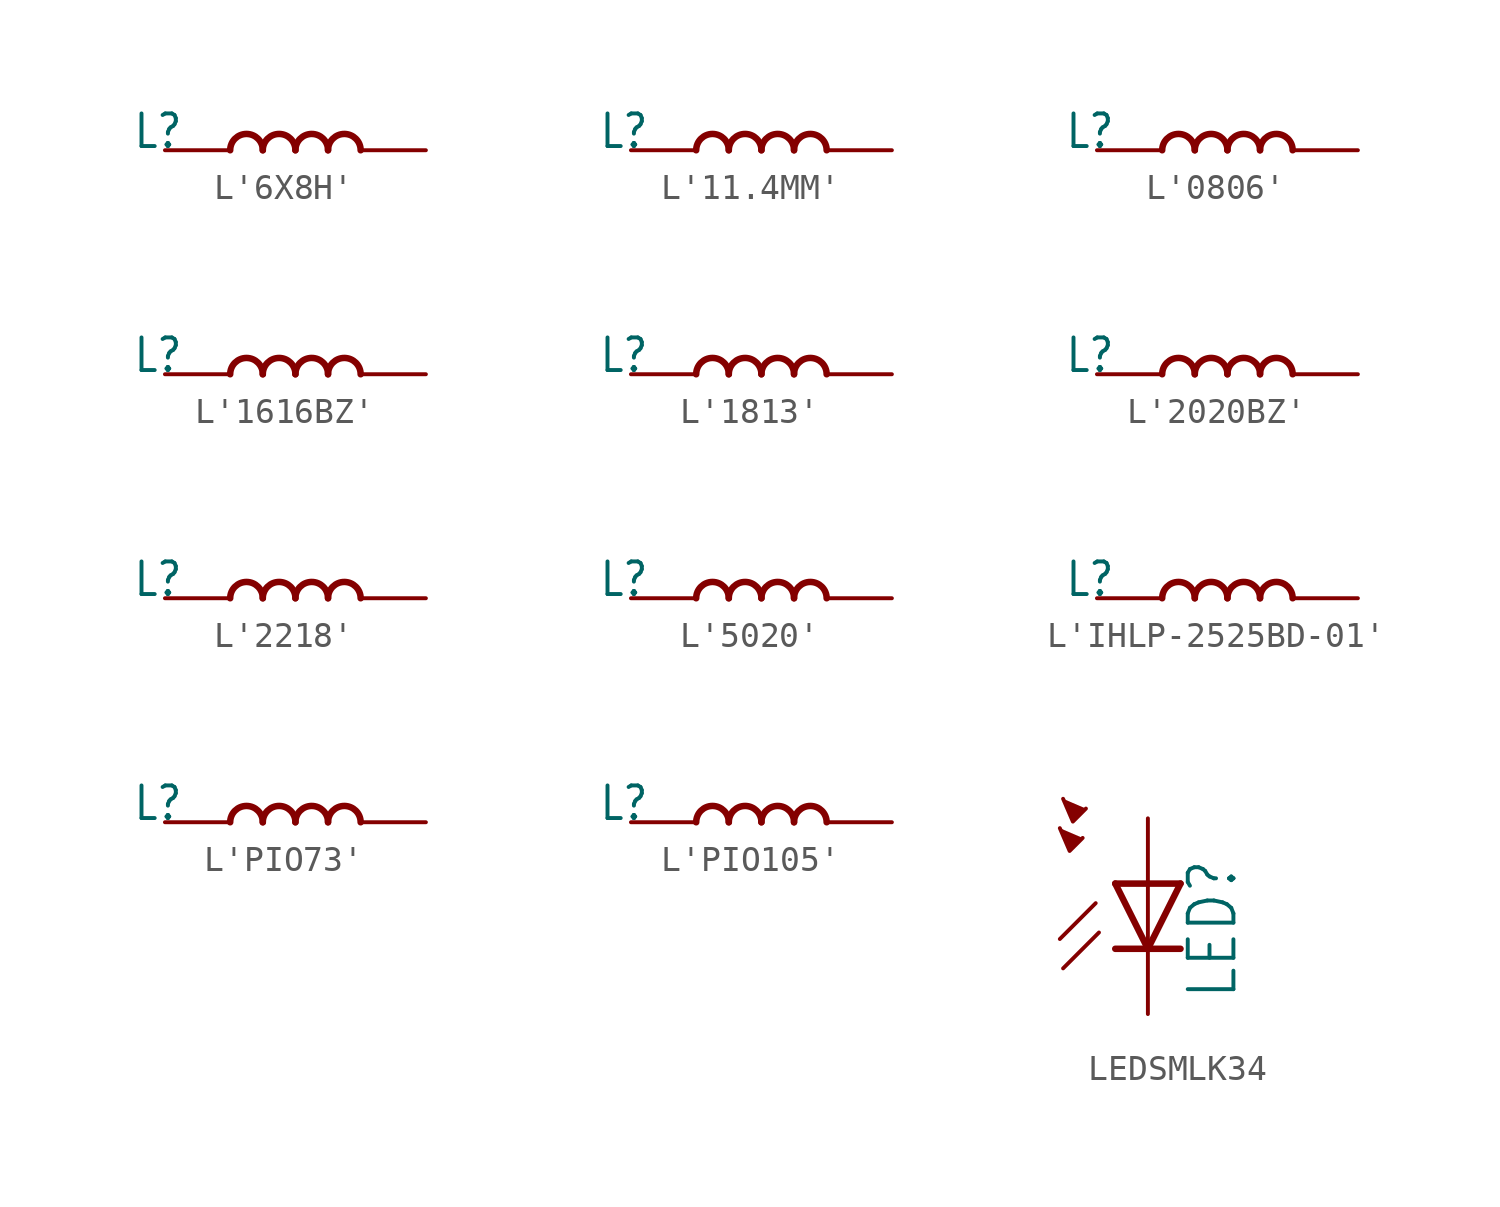
<source format=kicad_sym>
(kicad_symbol_lib
  (version 20241209)
  (generator "kicad_symbol_editor")
  (generator_version "9.0")
  (symbol "L'6X8H'"
    (property "Reference" "L"
      (at -6.35 0 0)
      (effects (font (size 1.27 1.079)) (justify left bottom)))
    (property "Value" ""
      (at 2.54 0 0)
      (effects (font (size 1.27 1.079)) (justify left bottom)))
    (property "ki_locked" ""
      (at 0 0 0)
      (effects (font (size 1.27 1.27))))
    (symbol "L'6X8H'_1_0"
      (arc (start -2.54 0) (mid -1.905 0.635) (end -1.27 0) (stroke (width 0.254) (type solid)) (fill (type none)))
      (arc (start -1.27 0) (mid -0.635 0.635) (end 0 0) (stroke (width 0.254) (type solid)) (fill (type none)))
      (arc (start 0 0) (mid 0.635 0.635) (end 1.27 0) (stroke (width 0.254) (type solid)) (fill (type none)))
      (arc (start 1.27 0) (mid 1.905 0.635) (end 2.54 0) (stroke (width 0.254) (type solid)) (fill (type none)))
      (pin passive line (at -5.08 0 0) (length 2.54) (name "1" (effects (font (size 0 0)))) (number "1" (effects (font (size 0 0)))))
      (pin passive line (at 5.08 0 180) (length 2.54) (name "2" (effects (font (size 0 0)))) (number "2" (effects (font (size 0 0)))))))
  (symbol "L'11.4MM'"
    (property "Reference" "L"
      (at -6.35 0 0)
      (effects (font (size 1.27 1.079)) (justify left bottom)))
    (property "Value" ""
      (at 2.54 0 0)
      (effects (font (size 1.27 1.079)) (justify left bottom)))
    (property "ki_locked" ""
      (at 0 0 0)
      (effects (font (size 1.27 1.27))))
    (symbol "L'11.4MM'_1_0"
      (arc (start -2.54 0) (mid -1.905 0.635) (end -1.27 0) (stroke (width 0.254) (type solid)) (fill (type none)))
      (arc (start -1.27 0) (mid -0.635 0.635) (end 0 0) (stroke (width 0.254) (type solid)) (fill (type none)))
      (arc (start 0 0) (mid 0.635 0.635) (end 1.27 0) (stroke (width 0.254) (type solid)) (fill (type none)))
      (arc (start 1.27 0) (mid 1.905 0.635) (end 2.54 0) (stroke (width 0.254) (type solid)) (fill (type none)))
      (pin passive line (at -5.08 0 0) (length 2.54) (name "1" (effects (font (size 0 0)))) (number "1" (effects (font (size 0 0)))))
      (pin passive line (at 5.08 0 180) (length 2.54) (name "2" (effects (font (size 0 0)))) (number "2" (effects (font (size 0 0)))))))
  (symbol "L'0806'"
    (property "Reference" "L"
      (at -6.35 0 0)
      (effects (font (size 1.27 1.079)) (justify left bottom)))
    (property "Value" ""
      (at 2.54 0 0)
      (effects (font (size 1.27 1.079)) (justify left bottom)))
    (property "ki_locked" ""
      (at 0 0 0)
      (effects (font (size 1.27 1.27))))
    (symbol "L'0806'_1_0"
      (arc (start -2.54 0) (mid -1.905 0.635) (end -1.27 0) (stroke (width 0.254) (type solid)) (fill (type none)))
      (arc (start -1.27 0) (mid -0.635 0.635) (end 0 0) (stroke (width 0.254) (type solid)) (fill (type none)))
      (arc (start 0 0) (mid 0.635 0.635) (end 1.27 0) (stroke (width 0.254) (type solid)) (fill (type none)))
      (arc (start 1.27 0) (mid 1.905 0.635) (end 2.54 0) (stroke (width 0.254) (type solid)) (fill (type none)))
      (pin passive line (at -5.08 0 0) (length 2.54) (name "1" (effects (font (size 0 0)))) (number "1" (effects (font (size 0 0)))))
      (pin passive line (at 5.08 0 180) (length 2.54) (name "2" (effects (font (size 0 0)))) (number "2" (effects (font (size 0 0)))))))
  (symbol "L'1616BZ'"
    (property "Reference" "L"
      (at -6.35 0 0)
      (effects (font (size 1.27 1.079)) (justify left bottom)))
    (property "Value" ""
      (at 2.54 0 0)
      (effects (font (size 1.27 1.079)) (justify left bottom)))
    (property "ki_locked" ""
      (at 0 0 0)
      (effects (font (size 1.27 1.27))))
    (symbol "L'1616BZ'_1_0"
      (arc (start -2.54 0) (mid -1.905 0.635) (end -1.27 0) (stroke (width 0.254) (type solid)) (fill (type none)))
      (arc (start -1.27 0) (mid -0.635 0.635) (end 0 0) (stroke (width 0.254) (type solid)) (fill (type none)))
      (arc (start 0 0) (mid 0.635 0.635) (end 1.27 0) (stroke (width 0.254) (type solid)) (fill (type none)))
      (arc (start 1.27 0) (mid 1.905 0.635) (end 2.54 0) (stroke (width 0.254) (type solid)) (fill (type none)))
      (pin passive line (at -5.08 0 0) (length 2.54) (name "1" (effects (font (size 0 0)))) (number "1" (effects (font (size 0 0)))))
      (pin passive line (at 5.08 0 180) (length 2.54) (name "2" (effects (font (size 0 0)))) (number "2" (effects (font (size 0 0)))))))
  (symbol "L'1813'"
    (property "Reference" "L"
      (at -6.35 0 0)
      (effects (font (size 1.27 1.079)) (justify left bottom)))
    (property "Value" ""
      (at 2.54 0 0)
      (effects (font (size 1.27 1.079)) (justify left bottom)))
    (property "ki_locked" ""
      (at 0 0 0)
      (effects (font (size 1.27 1.27))))
    (symbol "L'1813'_1_0"
      (arc (start -2.54 0) (mid -1.905 0.635) (end -1.27 0) (stroke (width 0.254) (type solid)) (fill (type none)))
      (arc (start -1.27 0) (mid -0.635 0.635) (end 0 0) (stroke (width 0.254) (type solid)) (fill (type none)))
      (arc (start 0 0) (mid 0.635 0.635) (end 1.27 0) (stroke (width 0.254) (type solid)) (fill (type none)))
      (arc (start 1.27 0) (mid 1.905 0.635) (end 2.54 0) (stroke (width 0.254) (type solid)) (fill (type none)))
      (pin passive line (at -5.08 0 0) (length 2.54) (name "1" (effects (font (size 0 0)))) (number "1" (effects (font (size 0 0)))))
      (pin passive line (at 5.08 0 180) (length 2.54) (name "2" (effects (font (size 0 0)))) (number "2" (effects (font (size 0 0)))))))
  (symbol "L'2020BZ'"
    (property "Reference" "L"
      (at -6.35 0 0)
      (effects (font (size 1.27 1.079)) (justify left bottom)))
    (property "Value" ""
      (at 2.54 0 0)
      (effects (font (size 1.27 1.079)) (justify left bottom)))
    (property "ki_locked" ""
      (at 0 0 0)
      (effects (font (size 1.27 1.27))))
    (symbol "L'2020BZ'_1_0"
      (arc (start -2.54 0) (mid -1.905 0.635) (end -1.27 0) (stroke (width 0.254) (type solid)) (fill (type none)))
      (arc (start -1.27 0) (mid -0.635 0.635) (end 0 0) (stroke (width 0.254) (type solid)) (fill (type none)))
      (arc (start 0 0) (mid 0.635 0.635) (end 1.27 0) (stroke (width 0.254) (type solid)) (fill (type none)))
      (arc (start 1.27 0) (mid 1.905 0.635) (end 2.54 0) (stroke (width 0.254) (type solid)) (fill (type none)))
      (pin passive line (at -5.08 0 0) (length 2.54) (name "1" (effects (font (size 0 0)))) (number "1" (effects (font (size 0 0)))))
      (pin passive line (at 5.08 0 180) (length 2.54) (name "2" (effects (font (size 0 0)))) (number "2" (effects (font (size 0 0)))))))
  (symbol "L'2218'"
    (property "Reference" "L"
      (at -6.35 0 0)
      (effects (font (size 1.27 1.079)) (justify left bottom)))
    (property "Value" ""
      (at 2.54 0 0)
      (effects (font (size 1.27 1.079)) (justify left bottom)))
    (property "ki_locked" ""
      (at 0 0 0)
      (effects (font (size 1.27 1.27))))
    (symbol "L'2218'_1_0"
      (arc (start -2.54 0) (mid -1.905 0.635) (end -1.27 0) (stroke (width 0.254) (type solid)) (fill (type none)))
      (arc (start -1.27 0) (mid -0.635 0.635) (end 0 0) (stroke (width 0.254) (type solid)) (fill (type none)))
      (arc (start 0 0) (mid 0.635 0.635) (end 1.27 0) (stroke (width 0.254) (type solid)) (fill (type none)))
      (arc (start 1.27 0) (mid 1.905 0.635) (end 2.54 0) (stroke (width 0.254) (type solid)) (fill (type none)))
      (pin passive line (at -5.08 0 0) (length 2.54) (name "1" (effects (font (size 0 0)))) (number "P$1" (effects (font (size 0 0)))))
      (pin passive line (at 5.08 0 180) (length 2.54) (name "2" (effects (font (size 0 0)))) (number "P$2" (effects (font (size 0 0)))))))
  (symbol "L'5020'"
    (property "Reference" "L"
      (at -6.35 0 0)
      (effects (font (size 1.27 1.079)) (justify left bottom)))
    (property "Value" ""
      (at 2.54 0 0)
      (effects (font (size 1.27 1.079)) (justify left bottom)))
    (property "ki_locked" ""
      (at 0 0 0)
      (effects (font (size 1.27 1.27))))
    (symbol "L'5020'_1_0"
      (arc (start -2.54 0) (mid -1.905 0.635) (end -1.27 0) (stroke (width 0.254) (type solid)) (fill (type none)))
      (arc (start -1.27 0) (mid -0.635 0.635) (end 0 0) (stroke (width 0.254) (type solid)) (fill (type none)))
      (arc (start 0 0) (mid 0.635 0.635) (end 1.27 0) (stroke (width 0.254) (type solid)) (fill (type none)))
      (arc (start 1.27 0) (mid 1.905 0.635) (end 2.54 0) (stroke (width 0.254) (type solid)) (fill (type none)))
      (pin passive line (at -5.08 0 0) (length 2.54) (name "1" (effects (font (size 0 0)))) (number "1" (effects (font (size 0 0)))))
      (pin passive line (at 5.08 0 180) (length 2.54) (name "2" (effects (font (size 0 0)))) (number "2" (effects (font (size 0 0)))))))
  (symbol "L'IHLP-2525BD-01'"
    (property "Reference" "L"
      (at -6.35 0 0)
      (effects (font (size 1.27 1.079)) (justify left bottom)))
    (property "Value" ""
      (at 2.54 0 0)
      (effects (font (size 1.27 1.079)) (justify left bottom)))
    (property "ki_locked" ""
      (at 0 0 0)
      (effects (font (size 1.27 1.27))))
    (symbol "L'IHLP-2525BD-01'_1_0"
      (arc (start -2.54 0) (mid -1.905 0.635) (end -1.27 0) (stroke (width 0.254) (type solid)) (fill (type none)))
      (arc (start -1.27 0) (mid -0.635 0.635) (end 0 0) (stroke (width 0.254) (type solid)) (fill (type none)))
      (arc (start 0 0) (mid 0.635 0.635) (end 1.27 0) (stroke (width 0.254) (type solid)) (fill (type none)))
      (arc (start 1.27 0) (mid 1.905 0.635) (end 2.54 0) (stroke (width 0.254) (type solid)) (fill (type none)))
      (pin passive line (at -5.08 0 0) (length 2.54) (name "1" (effects (font (size 0 0)))) (number "1" (effects (font (size 0 0)))))
      (pin passive line (at 5.08 0 180) (length 2.54) (name "2" (effects (font (size 0 0)))) (number "2" (effects (font (size 0 0)))))))
  (symbol "L'PIO73'"
    (property "Reference" "L"
      (at -6.35 0 0)
      (effects (font (size 1.27 1.079)) (justify left bottom)))
    (property "Value" ""
      (at 2.54 0 0)
      (effects (font (size 1.27 1.079)) (justify left bottom)))
    (property "ki_locked" ""
      (at 0 0 0)
      (effects (font (size 1.27 1.27))))
    (symbol "L'PIO73'_1_0"
      (arc (start -2.54 0) (mid -1.905 0.635) (end -1.27 0) (stroke (width 0.254) (type solid)) (fill (type none)))
      (arc (start -1.27 0) (mid -0.635 0.635) (end 0 0) (stroke (width 0.254) (type solid)) (fill (type none)))
      (arc (start 0 0) (mid 0.635 0.635) (end 1.27 0) (stroke (width 0.254) (type solid)) (fill (type none)))
      (arc (start 1.27 0) (mid 1.905 0.635) (end 2.54 0) (stroke (width 0.254) (type solid)) (fill (type none)))
      (pin passive line (at -5.08 0 0) (length 2.54) (name "1" (effects (font (size 0 0)))) (number "1" (effects (font (size 0 0)))))
      (pin passive line (at 5.08 0 180) (length 2.54) (name "2" (effects (font (size 0 0)))) (number "2" (effects (font (size 0 0)))))))
  (symbol "L'PIO105'"
    (property "Reference" "L"
      (at -6.35 0 0)
      (effects (font (size 1.27 1.079)) (justify left bottom)))
    (property "Value" ""
      (at 2.54 0 0)
      (effects (font (size 1.27 1.079)) (justify left bottom)))
    (property "ki_locked" ""
      (at 0 0 0)
      (effects (font (size 1.27 1.27))))
    (symbol "L'PIO105'_1_0"
      (arc (start -2.54 0) (mid -1.905 0.635) (end -1.27 0) (stroke (width 0.254) (type solid)) (fill (type none)))
      (arc (start -1.27 0) (mid -0.635 0.635) (end 0 0) (stroke (width 0.254) (type solid)) (fill (type none)))
      (arc (start 0 0) (mid 0.635 0.635) (end 1.27 0) (stroke (width 0.254) (type solid)) (fill (type none)))
      (arc (start 1.27 0) (mid 1.905 0.635) (end 2.54 0) (stroke (width 0.254) (type solid)) (fill (type none)))
      (pin passive line (at -5.08 0 0) (length 2.54) (name "1" (effects (font (size 0 0)))) (number "1" (effects (font (size 0 0)))))
      (pin passive line (at 5.08 0 180) (length 2.54) (name "2" (effects (font (size 0 0)))) (number "2" (effects (font (size 0 0)))))))
  (symbol "LEDSMLK34"
    (property "Reference" "LED"
      (at 3.556 -4.572 90)
      (effects (font (size 1.778 1.511)) (justify left bottom)))
    (property "Value" ""
      (at 5.715 -4.572 90)
      (effects (font (size 1.778 1.511)) (justify left bottom)))
    (property "ki_locked" ""
      (at 0 0 0)
      (effects (font (size 1.27 1.27))))
    (symbol "LEDSMLK34_1_0"
      (polyline (pts (xy -3.429 2.159) (xy -3.048 1.27) (xy -2.54 1.778)) (stroke (width 0.152) (type solid)) (fill (type outline)))
      (polyline (pts (xy -3.302 3.302) (xy -2.921 2.413) (xy -2.413 2.921)) (stroke (width 0.152) (type solid)) (fill (type outline)))
      (polyline (pts (xy -2.032 -0.762) (xy -3.429 -2.159)) (stroke (width 0.152) (type solid)) (fill (type none)))
      (polyline (pts (xy -1.905 -1.905) (xy -3.302 -3.302)) (stroke (width 0.152) (type solid)) (fill (type none)))
      (polyline (pts (xy 0 0) (xy -1.27 0)) (stroke (width 0.254) (type solid)) (fill (type none)))
      (polyline (pts (xy 0 0) (xy 0 -2.54)) (stroke (width 0.152) (type solid)) (fill (type none)))
      (polyline (pts (xy 0 -2.54) (xy -1.27 0)) (stroke (width 0.254) (type solid)) (fill (type none)))
      (polyline (pts (xy 0 -2.54) (xy -1.27 -2.54)) (stroke (width 0.254) (type solid)) (fill (type none)))
      (polyline (pts (xy 1.27 0) (xy 0 0)) (stroke (width 0.254) (type solid)) (fill (type none)))
      (polyline (pts (xy 1.27 0) (xy 0 -2.54)) (stroke (width 0.254) (type solid)) (fill (type none)))
      (polyline (pts (xy 1.27 -2.54) (xy 0 -2.54)) (stroke (width 0.254) (type solid)) (fill (type none)))
      (pin passive line (at 0 2.54 270) (length 2.54) (name "A" (effects (font (size 0 0)))) (number "A" (effects (font (size 0 0)))))
      (pin passive line (at 0 -5.08 90) (length 2.54) (name "C" (effects (font (size 0 0)))) (number "K" (effects (font (size 0 0))))))))
</source>
